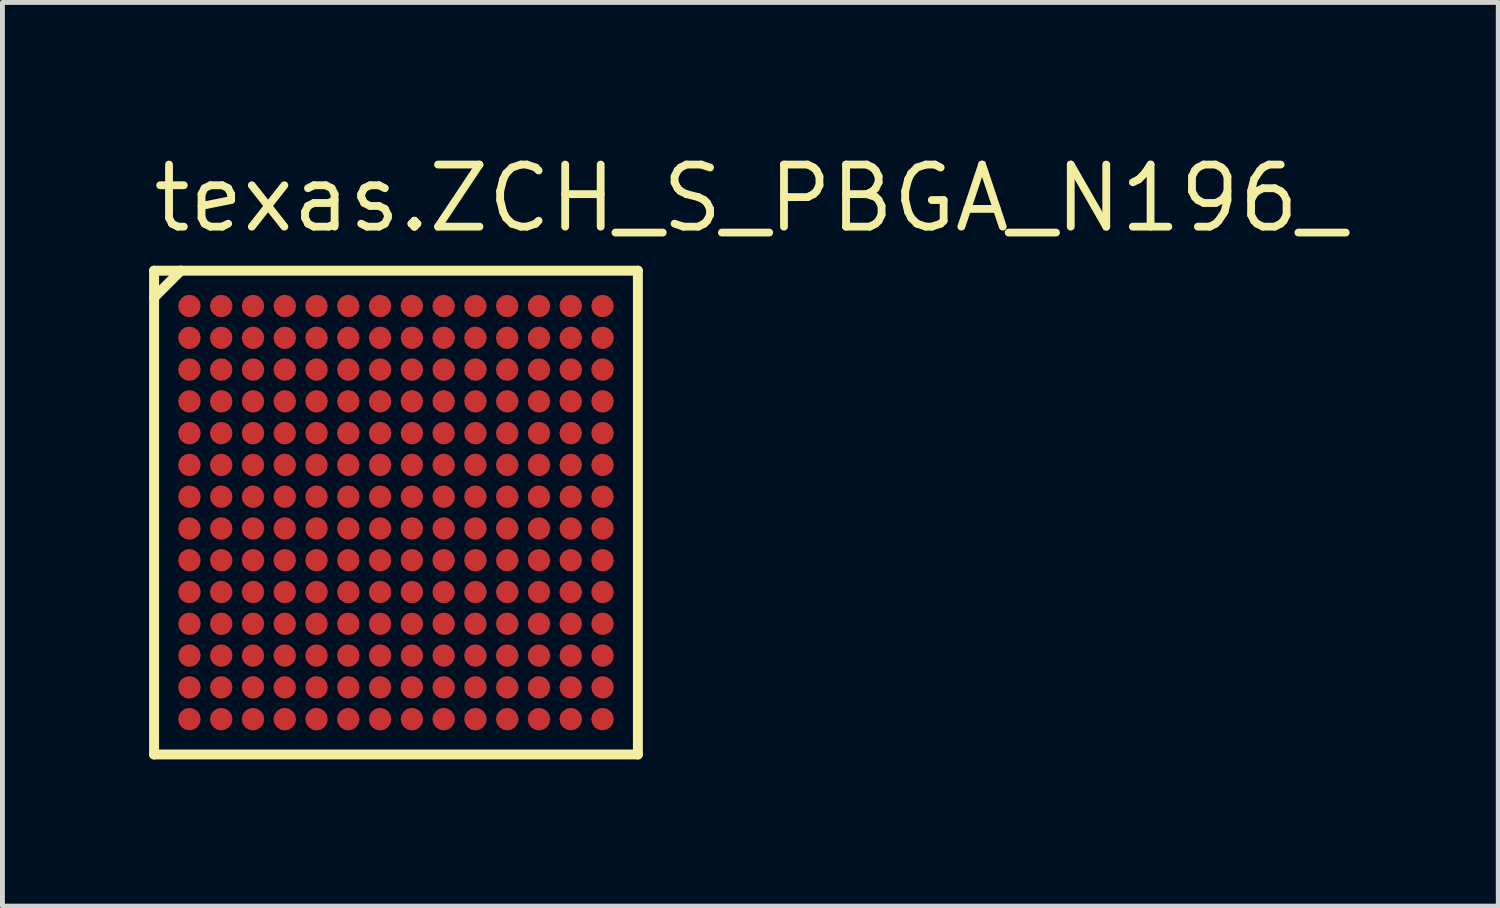
<source format=kicad_pcb>
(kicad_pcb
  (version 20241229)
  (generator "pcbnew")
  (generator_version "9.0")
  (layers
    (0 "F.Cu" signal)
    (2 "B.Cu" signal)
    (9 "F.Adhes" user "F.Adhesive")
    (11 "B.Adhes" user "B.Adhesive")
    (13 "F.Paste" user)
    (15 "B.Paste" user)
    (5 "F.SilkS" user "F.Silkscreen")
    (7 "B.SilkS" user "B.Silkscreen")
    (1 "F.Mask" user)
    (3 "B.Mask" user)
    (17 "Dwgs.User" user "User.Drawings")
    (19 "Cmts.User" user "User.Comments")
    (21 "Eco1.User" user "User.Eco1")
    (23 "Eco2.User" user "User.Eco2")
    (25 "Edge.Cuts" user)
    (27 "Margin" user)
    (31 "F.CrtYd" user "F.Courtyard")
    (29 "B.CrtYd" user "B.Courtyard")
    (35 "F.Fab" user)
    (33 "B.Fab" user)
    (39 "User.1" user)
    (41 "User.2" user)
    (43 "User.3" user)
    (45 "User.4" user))
  (footprint "texas.ZCH_S_PBGA_N196_"
    (layer "F.Cu")
    (at 5.05 7.435)
    (property "Reference" "texas.ZCH_S_PBGA_N196_" (at -5.05 -5.685 0) (layer "F.SilkS") (effects (font (size 1.27 1.27) (thickness 0.16)) (justify left bottom)))
    (attr smd)
    (fp_circle (center -4.225 -4.225) (end -3.995 -4.225) (stroke (width 0.1) (type default)) (fill no) (layer "F.Mask"))
    (fp_circle (center -4.225 -3.575) (end -3.995 -3.575) (stroke (width 0.1) (type default)) (fill no) (layer "F.Mask"))
    (fp_circle (center -4.225 -2.925) (end -3.995 -2.925) (stroke (width 0.1) (type default)) (fill no) (layer "F.Mask"))
    (fp_circle (center -4.225 -2.275) (end -3.995 -2.275) (stroke (width 0.1) (type default)) (fill no) (layer "F.Mask"))
    (fp_circle (center -4.225 -1.625) (end -3.995 -1.625) (stroke (width 0.1) (type default)) (fill no) (layer "F.Mask"))
    (fp_circle (center -4.225 -0.975) (end -3.995 -0.975) (stroke (width 0.1) (type default)) (fill no) (layer "F.Mask"))
    (fp_circle (center -4.225 -0.325) (end -3.995 -0.325) (stroke (width 0.1) (type default)) (fill no) (layer "F.Mask"))
    (fp_circle (center -4.225 0.325) (end -3.995 0.325) (stroke (width 0.1) (type default)) (fill no) (layer "F.Mask"))
    (fp_circle (center -4.225 0.975) (end -3.995 0.975) (stroke (width 0.1) (type default)) (fill no) (layer "F.Mask"))
    (fp_circle (center -4.225 1.625) (end -3.995 1.625) (stroke (width 0.1) (type default)) (fill no) (layer "F.Mask"))
    (fp_circle (center -4.225 2.275) (end -3.995 2.275) (stroke (width 0.1) (type default)) (fill no) (layer "F.Mask"))
    (fp_circle (center -4.225 2.925) (end -3.995 2.925) (stroke (width 0.1) (type default)) (fill no) (layer "F.Mask"))
    (fp_circle (center -4.225 3.575) (end -3.995 3.575) (stroke (width 0.1) (type default)) (fill no) (layer "F.Mask"))
    (fp_circle (center -4.225 4.225) (end -3.995 4.225) (stroke (width 0.1) (type default)) (fill no) (layer "F.Mask"))
    (fp_circle (center -3.575 -4.225) (end -3.345 -4.225) (stroke (width 0.1) (type default)) (fill no) (layer "F.Mask"))
    (fp_circle (center -3.575 -3.575) (end -3.345 -3.575) (stroke (width 0.1) (type default)) (fill no) (layer "F.Mask"))
    (fp_circle (center -3.575 -2.925) (end -3.345 -2.925) (stroke (width 0.1) (type default)) (fill no) (layer "F.Mask"))
    (fp_circle (center -3.575 -2.275) (end -3.345 -2.275) (stroke (width 0.1) (type default)) (fill no) (layer "F.Mask"))
    (fp_circle (center -3.575 -1.625) (end -3.345 -1.625) (stroke (width 0.1) (type default)) (fill no) (layer "F.Mask"))
    (fp_circle (center -3.575 -0.975) (end -3.345 -0.975) (stroke (width 0.1) (type default)) (fill no) (layer "F.Mask"))
    (fp_circle (center -3.575 -0.325) (end -3.345 -0.325) (stroke (width 0.1) (type default)) (fill no) (layer "F.Mask"))
    (fp_circle (center -3.575 0.325) (end -3.345 0.325) (stroke (width 0.1) (type default)) (fill no) (layer "F.Mask"))
    (fp_circle (center -3.575 0.975) (end -3.345 0.975) (stroke (width 0.1) (type default)) (fill no) (layer "F.Mask"))
    (fp_circle (center -3.575 1.625) (end -3.345 1.625) (stroke (width 0.1) (type default)) (fill no) (layer "F.Mask"))
    (fp_circle (center -3.575 2.275) (end -3.345 2.275) (stroke (width 0.1) (type default)) (fill no) (layer "F.Mask"))
    (fp_circle (center -3.575 2.925) (end -3.345 2.925) (stroke (width 0.1) (type default)) (fill no) (layer "F.Mask"))
    (fp_circle (center -3.575 3.575) (end -3.345 3.575) (stroke (width 0.1) (type default)) (fill no) (layer "F.Mask"))
    (fp_circle (center -3.575 4.225) (end -3.345 4.225) (stroke (width 0.1) (type default)) (fill no) (layer "F.Mask"))
    (fp_circle (center -2.925 -4.225) (end -2.695 -4.225) (stroke (width 0.1) (type default)) (fill no) (layer "F.Mask"))
    (fp_circle (center -2.925 -3.575) (end -2.695 -3.575) (stroke (width 0.1) (type default)) (fill no) (layer "F.Mask"))
    (fp_circle (center -2.925 -2.925) (end -2.695 -2.925) (stroke (width 0.1) (type default)) (fill no) (layer "F.Mask"))
    (fp_circle (center -2.925 -2.275) (end -2.695 -2.275) (stroke (width 0.1) (type default)) (fill no) (layer "F.Mask"))
    (fp_circle (center -2.925 -1.625) (end -2.695 -1.625) (stroke (width 0.1) (type default)) (fill no) (layer "F.Mask"))
    (fp_circle (center -2.925 -0.975) (end -2.695 -0.975) (stroke (width 0.1) (type default)) (fill no) (layer "F.Mask"))
    (fp_circle (center -2.925 -0.325) (end -2.695 -0.325) (stroke (width 0.1) (type default)) (fill no) (layer "F.Mask"))
    (fp_circle (center -2.925 0.325) (end -2.695 0.325) (stroke (width 0.1) (type default)) (fill no) (layer "F.Mask"))
    (fp_circle (center -2.925 0.975) (end -2.695 0.975) (stroke (width 0.1) (type default)) (fill no) (layer "F.Mask"))
    (fp_circle (center -2.925 1.625) (end -2.695 1.625) (stroke (width 0.1) (type default)) (fill no) (layer "F.Mask"))
    (fp_circle (center -2.925 2.275) (end -2.695 2.275) (stroke (width 0.1) (type default)) (fill no) (layer "F.Mask"))
    (fp_circle (center -2.925 2.925) (end -2.695 2.925) (stroke (width 0.1) (type default)) (fill no) (layer "F.Mask"))
    (fp_circle (center -2.925 3.575) (end -2.695 3.575) (stroke (width 0.1) (type default)) (fill no) (layer "F.Mask"))
    (fp_circle (center -2.925 4.225) (end -2.695 4.225) (stroke (width 0.1) (type default)) (fill no) (layer "F.Mask"))
    (fp_circle (center -2.275 -4.225) (end -2.045 -4.225) (stroke (width 0.1) (type default)) (fill no) (layer "F.Mask"))
    (fp_circle (center -2.275 -3.575) (end -2.045 -3.575) (stroke (width 0.1) (type default)) (fill no) (layer "F.Mask"))
    (fp_circle (center -2.275 -2.925) (end -2.045 -2.925) (stroke (width 0.1) (type default)) (fill no) (layer "F.Mask"))
    (fp_circle (center -2.275 -2.275) (end -2.045 -2.275) (stroke (width 0.1) (type default)) (fill no) (layer "F.Mask"))
    (fp_circle (center -2.275 -1.625) (end -2.045 -1.625) (stroke (width 0.1) (type default)) (fill no) (layer "F.Mask"))
    (fp_circle (center -2.275 -0.975) (end -2.045 -0.975) (stroke (width 0.1) (type default)) (fill no) (layer "F.Mask"))
    (fp_circle (center -2.275 -0.325) (end -2.045 -0.325) (stroke (width 0.1) (type default)) (fill no) (layer "F.Mask"))
    (fp_circle (center -2.275 0.325) (end -2.045 0.325) (stroke (width 0.1) (type default)) (fill no) (layer "F.Mask"))
    (fp_circle (center -2.275 0.975) (end -2.045 0.975) (stroke (width 0.1) (type default)) (fill no) (layer "F.Mask"))
    (fp_circle (center -2.275 1.625) (end -2.045 1.625) (stroke (width 0.1) (type default)) (fill no) (layer "F.Mask"))
    (fp_circle (center -2.275 2.275) (end -2.045 2.275) (stroke (width 0.1) (type default)) (fill no) (layer "F.Mask"))
    (fp_circle (center -2.275 2.925) (end -2.045 2.925) (stroke (width 0.1) (type default)) (fill no) (layer "F.Mask"))
    (fp_circle (center -2.275 3.575) (end -2.045 3.575) (stroke (width 0.1) (type default)) (fill no) (layer "F.Mask"))
    (fp_circle (center -2.275 4.225) (end -2.045 4.225) (stroke (width 0.1) (type default)) (fill no) (layer "F.Mask"))
    (fp_circle (center -1.625 -4.225) (end -1.395 -4.225) (stroke (width 0.1) (type default)) (fill no) (layer "F.Mask"))
    (fp_circle (center -1.625 -3.575) (end -1.395 -3.575) (stroke (width 0.1) (type default)) (fill no) (layer "F.Mask"))
    (fp_circle (center -1.625 -2.925) (end -1.395 -2.925) (stroke (width 0.1) (type default)) (fill no) (layer "F.Mask"))
    (fp_circle (center -1.625 -2.275) (end -1.395 -2.275) (stroke (width 0.1) (type default)) (fill no) (layer "F.Mask"))
    (fp_circle (center -1.625 -1.625) (end -1.395 -1.625) (stroke (width 0.1) (type default)) (fill no) (layer "F.Mask"))
    (fp_circle (center -1.625 -0.975) (end -1.395 -0.975) (stroke (width 0.1) (type default)) (fill no) (layer "F.Mask"))
    (fp_circle (center -1.625 -0.325) (end -1.395 -0.325) (stroke (width 0.1) (type default)) (fill no) (layer "F.Mask"))
    (fp_circle (center -1.625 0.325) (end -1.395 0.325) (stroke (width 0.1) (type default)) (fill no) (layer "F.Mask"))
    (fp_circle (center -1.625 0.975) (end -1.395 0.975) (stroke (width 0.1) (type default)) (fill no) (layer "F.Mask"))
    (fp_circle (center -1.625 1.625) (end -1.395 1.625) (stroke (width 0.1) (type default)) (fill no) (layer "F.Mask"))
    (fp_circle (center -1.625 2.275) (end -1.395 2.275) (stroke (width 0.1) (type default)) (fill no) (layer "F.Mask"))
    (fp_circle (center -1.625 2.925) (end -1.395 2.925) (stroke (width 0.1) (type default)) (fill no) (layer "F.Mask"))
    (fp_circle (center -1.625 3.575) (end -1.395 3.575) (stroke (width 0.1) (type default)) (fill no) (layer "F.Mask"))
    (fp_circle (center -1.625 4.225) (end -1.395 4.225) (stroke (width 0.1) (type default)) (fill no) (layer "F.Mask"))
    (fp_circle (center -0.975 -4.225) (end -0.745 -4.225) (stroke (width 0.1) (type default)) (fill no) (layer "F.Mask"))
    (fp_circle (center -0.975 -3.575) (end -0.745 -3.575) (stroke (width 0.1) (type default)) (fill no) (layer "F.Mask"))
    (fp_circle (center -0.975 -2.925) (end -0.745 -2.925) (stroke (width 0.1) (type default)) (fill no) (layer "F.Mask"))
    (fp_circle (center -0.975 -2.275) (end -0.745 -2.275) (stroke (width 0.1) (type default)) (fill no) (layer "F.Mask"))
    (fp_circle (center -0.975 -1.625) (end -0.745 -1.625) (stroke (width 0.1) (type default)) (fill no) (layer "F.Mask"))
    (fp_circle (center -0.975 -0.975) (end -0.745 -0.975) (stroke (width 0.1) (type default)) (fill no) (layer "F.Mask"))
    (fp_circle (center -0.975 -0.325) (end -0.745 -0.325) (stroke (width 0.1) (type default)) (fill no) (layer "F.Mask"))
    (fp_circle (center -0.975 0.325) (end -0.745 0.325) (stroke (width 0.1) (type default)) (fill no) (layer "F.Mask"))
    (fp_circle (center -0.975 0.975) (end -0.745 0.975) (stroke (width 0.1) (type default)) (fill no) (layer "F.Mask"))
    (fp_circle (center -0.975 1.625) (end -0.745 1.625) (stroke (width 0.1) (type default)) (fill no) (layer "F.Mask"))
    (fp_circle (center -0.975 2.275) (end -0.745 2.275) (stroke (width 0.1) (type default)) (fill no) (layer "F.Mask"))
    (fp_circle (center -0.975 2.925) (end -0.745 2.925) (stroke (width 0.1) (type default)) (fill no) (layer "F.Mask"))
    (fp_circle (center -0.975 3.575) (end -0.745 3.575) (stroke (width 0.1) (type default)) (fill no) (layer "F.Mask"))
    (fp_circle (center -0.975 4.225) (end -0.745 4.225) (stroke (width 0.1) (type default)) (fill no) (layer "F.Mask"))
    (fp_circle (center -0.325 -4.225) (end -0.095 -4.225) (stroke (width 0.1) (type default)) (fill no) (layer "F.Mask"))
    (fp_circle (center -0.325 -3.575) (end -0.095 -3.575) (stroke (width 0.1) (type default)) (fill no) (layer "F.Mask"))
    (fp_circle (center -0.325 -2.925) (end -0.095 -2.925) (stroke (width 0.1) (type default)) (fill no) (layer "F.Mask"))
    (fp_circle (center -0.325 -2.275) (end -0.095 -2.275) (stroke (width 0.1) (type default)) (fill no) (layer "F.Mask"))
    (fp_circle (center -0.325 -1.625) (end -0.095 -1.625) (stroke (width 0.1) (type default)) (fill no) (layer "F.Mask"))
    (fp_circle (center -0.325 -0.975) (end -0.095 -0.975) (stroke (width 0.1) (type default)) (fill no) (layer "F.Mask"))
    (fp_circle (center -0.325 -0.325) (end -0.095 -0.325) (stroke (width 0.1) (type default)) (fill no) (layer "F.Mask"))
    (fp_circle (center -0.325 0.325) (end -0.095 0.325) (stroke (width 0.1) (type default)) (fill no) (layer "F.Mask"))
    (fp_circle (center -0.325 0.975) (end -0.095 0.975) (stroke (width 0.1) (type default)) (fill no) (layer "F.Mask"))
    (fp_circle (center -0.325 1.625) (end -0.095 1.625) (stroke (width 0.1) (type default)) (fill no) (layer "F.Mask"))
    (fp_circle (center -0.325 2.275) (end -0.095 2.275) (stroke (width 0.1) (type default)) (fill no) (layer "F.Mask"))
    (fp_circle (center -0.325 2.925) (end -0.095 2.925) (stroke (width 0.1) (type default)) (fill no) (layer "F.Mask"))
    (fp_circle (center -0.325 3.575) (end -0.095 3.575) (stroke (width 0.1) (type default)) (fill no) (layer "F.Mask"))
    (fp_circle (center -0.325 4.225) (end -0.095 4.225) (stroke (width 0.1) (type default)) (fill no) (layer "F.Mask"))
    (fp_circle (center 0.325 -4.225) (end 0.555 -4.225) (stroke (width 0.1) (type default)) (fill no) (layer "F.Mask"))
    (fp_circle (center 0.325 -3.575) (end 0.555 -3.575) (stroke (width 0.1) (type default)) (fill no) (layer "F.Mask"))
    (fp_circle (center 0.325 -2.925) (end 0.555 -2.925) (stroke (width 0.1) (type default)) (fill no) (layer "F.Mask"))
    (fp_circle (center 0.325 -2.275) (end 0.555 -2.275) (stroke (width 0.1) (type default)) (fill no) (layer "F.Mask"))
    (fp_circle (center 0.325 -1.625) (end 0.555 -1.625) (stroke (width 0.1) (type default)) (fill no) (layer "F.Mask"))
    (fp_circle (center 0.325 -0.975) (end 0.555 -0.975) (stroke (width 0.1) (type default)) (fill no) (layer "F.Mask"))
    (fp_circle (center 0.325 -0.325) (end 0.555 -0.325) (stroke (width 0.1) (type default)) (fill no) (layer "F.Mask"))
    (fp_circle (center 0.325 0.325) (end 0.555 0.325) (stroke (width 0.1) (type default)) (fill no) (layer "F.Mask"))
    (fp_circle (center 0.325 0.975) (end 0.555 0.975) (stroke (width 0.1) (type default)) (fill no) (layer "F.Mask"))
    (fp_circle (center 0.325 1.625) (end 0.555 1.625) (stroke (width 0.1) (type default)) (fill no) (layer "F.Mask"))
    (fp_circle (center 0.325 2.275) (end 0.555 2.275) (stroke (width 0.1) (type default)) (fill no) (layer "F.Mask"))
    (fp_circle (center 0.325 2.925) (end 0.555 2.925) (stroke (width 0.1) (type default)) (fill no) (layer "F.Mask"))
    (fp_circle (center 0.325 3.575) (end 0.555 3.575) (stroke (width 0.1) (type default)) (fill no) (layer "F.Mask"))
    (fp_circle (center 0.325 4.225) (end 0.555 4.225) (stroke (width 0.1) (type default)) (fill no) (layer "F.Mask"))
    (fp_circle (center 0.975 -4.225) (end 1.205 -4.225) (stroke (width 0.1) (type default)) (fill no) (layer "F.Mask"))
    (fp_circle (center 0.975 -3.575) (end 1.205 -3.575) (stroke (width 0.1) (type default)) (fill no) (layer "F.Mask"))
    (fp_circle (center 0.975 -2.925) (end 1.205 -2.925) (stroke (width 0.1) (type default)) (fill no) (layer "F.Mask"))
    (fp_circle (center 0.975 -2.275) (end 1.205 -2.275) (stroke (width 0.1) (type default)) (fill no) (layer "F.Mask"))
    (fp_circle (center 0.975 -1.625) (end 1.205 -1.625) (stroke (width 0.1) (type default)) (fill no) (layer "F.Mask"))
    (fp_circle (center 0.975 -0.975) (end 1.205 -0.975) (stroke (width 0.1) (type default)) (fill no) (layer "F.Mask"))
    (fp_circle (center 0.975 -0.325) (end 1.205 -0.325) (stroke (width 0.1) (type default)) (fill no) (layer "F.Mask"))
    (fp_circle (center 0.975 0.325) (end 1.205 0.325) (stroke (width 0.1) (type default)) (fill no) (layer "F.Mask"))
    (fp_circle (center 0.975 0.975) (end 1.205 0.975) (stroke (width 0.1) (type default)) (fill no) (layer "F.Mask"))
    (fp_circle (center 0.975 1.625) (end 1.205 1.625) (stroke (width 0.1) (type default)) (fill no) (layer "F.Mask"))
    (fp_circle (center 0.975 2.275) (end 1.205 2.275) (stroke (width 0.1) (type default)) (fill no) (layer "F.Mask"))
    (fp_circle (center 0.975 2.925) (end 1.205 2.925) (stroke (width 0.1) (type default)) (fill no) (layer "F.Mask"))
    (fp_circle (center 0.975 3.575) (end 1.205 3.575) (stroke (width 0.1) (type default)) (fill no) (layer "F.Mask"))
    (fp_circle (center 0.975 4.225) (end 1.205 4.225) (stroke (width 0.1) (type default)) (fill no) (layer "F.Mask"))
    (fp_circle (center 1.625 -4.225) (end 1.855 -4.225) (stroke (width 0.1) (type default)) (fill no) (layer "F.Mask"))
    (fp_circle (center 1.625 -3.575) (end 1.855 -3.575) (stroke (width 0.1) (type default)) (fill no) (layer "F.Mask"))
    (fp_circle (center 1.625 -2.925) (end 1.855 -2.925) (stroke (width 0.1) (type default)) (fill no) (layer "F.Mask"))
    (fp_circle (center 1.625 -2.275) (end 1.855 -2.275) (stroke (width 0.1) (type default)) (fill no) (layer "F.Mask"))
    (fp_circle (center 1.625 -1.625) (end 1.855 -1.625) (stroke (width 0.1) (type default)) (fill no) (layer "F.Mask"))
    (fp_circle (center 1.625 -0.975) (end 1.855 -0.975) (stroke (width 0.1) (type default)) (fill no) (layer "F.Mask"))
    (fp_circle (center 1.625 -0.325) (end 1.855 -0.325) (stroke (width 0.1) (type default)) (fill no) (layer "F.Mask"))
    (fp_circle (center 1.625 0.325) (end 1.855 0.325) (stroke (width 0.1) (type default)) (fill no) (layer "F.Mask"))
    (fp_circle (center 1.625 0.975) (end 1.855 0.975) (stroke (width 0.1) (type default)) (fill no) (layer "F.Mask"))
    (fp_circle (center 1.625 1.625) (end 1.855 1.625) (stroke (width 0.1) (type default)) (fill no) (layer "F.Mask"))
    (fp_circle (center 1.625 2.275) (end 1.855 2.275) (stroke (width 0.1) (type default)) (fill no) (layer "F.Mask"))
    (fp_circle (center 1.625 2.925) (end 1.855 2.925) (stroke (width 0.1) (type default)) (fill no) (layer "F.Mask"))
    (fp_circle (center 1.625 3.575) (end 1.855 3.575) (stroke (width 0.1) (type default)) (fill no) (layer "F.Mask"))
    (fp_circle (center 1.625 4.225) (end 1.855 4.225) (stroke (width 0.1) (type default)) (fill no) (layer "F.Mask"))
    (fp_circle (center 2.275 -4.225) (end 2.505 -4.225) (stroke (width 0.1) (type default)) (fill no) (layer "F.Mask"))
    (fp_circle (center 2.275 -3.575) (end 2.505 -3.575) (stroke (width 0.1) (type default)) (fill no) (layer "F.Mask"))
    (fp_circle (center 2.275 -2.925) (end 2.505 -2.925) (stroke (width 0.1) (type default)) (fill no) (layer "F.Mask"))
    (fp_circle (center 2.275 -2.275) (end 2.505 -2.275) (stroke (width 0.1) (type default)) (fill no) (layer "F.Mask"))
    (fp_circle (center 2.275 -1.625) (end 2.505 -1.625) (stroke (width 0.1) (type default)) (fill no) (layer "F.Mask"))
    (fp_circle (center 2.275 -0.975) (end 2.505 -0.975) (stroke (width 0.1) (type default)) (fill no) (layer "F.Mask"))
    (fp_circle (center 2.275 -0.325) (end 2.505 -0.325) (stroke (width 0.1) (type default)) (fill no) (layer "F.Mask"))
    (fp_circle (center 2.275 0.325) (end 2.505 0.325) (stroke (width 0.1) (type default)) (fill no) (layer "F.Mask"))
    (fp_circle (center 2.275 0.975) (end 2.505 0.975) (stroke (width 0.1) (type default)) (fill no) (layer "F.Mask"))
    (fp_circle (center 2.275 1.625) (end 2.505 1.625) (stroke (width 0.1) (type default)) (fill no) (layer "F.Mask"))
    (fp_circle (center 2.275 2.275) (end 2.505 2.275) (stroke (width 0.1) (type default)) (fill no) (layer "F.Mask"))
    (fp_circle (center 2.275 2.925) (end 2.505 2.925) (stroke (width 0.1) (type default)) (fill no) (layer "F.Mask"))
    (fp_circle (center 2.275 3.575) (end 2.505 3.575) (stroke (width 0.1) (type default)) (fill no) (layer "F.Mask"))
    (fp_circle (center 2.275 4.225) (end 2.505 4.225) (stroke (width 0.1) (type default)) (fill no) (layer "F.Mask"))
    (fp_circle (center 2.925 -4.225) (end 3.155 -4.225) (stroke (width 0.1) (type default)) (fill no) (layer "F.Mask"))
    (fp_circle (center 2.925 -3.575) (end 3.155 -3.575) (stroke (width 0.1) (type default)) (fill no) (layer "F.Mask"))
    (fp_circle (center 2.925 -2.925) (end 3.155 -2.925) (stroke (width 0.1) (type default)) (fill no) (layer "F.Mask"))
    (fp_circle (center 2.925 -2.275) (end 3.155 -2.275) (stroke (width 0.1) (type default)) (fill no) (layer "F.Mask"))
    (fp_circle (center 2.925 -1.625) (end 3.155 -1.625) (stroke (width 0.1) (type default)) (fill no) (layer "F.Mask"))
    (fp_circle (center 2.925 -0.975) (end 3.155 -0.975) (stroke (width 0.1) (type default)) (fill no) (layer "F.Mask"))
    (fp_circle (center 2.925 -0.325) (end 3.155 -0.325) (stroke (width 0.1) (type default)) (fill no) (layer "F.Mask"))
    (fp_circle (center 2.925 0.325) (end 3.155 0.325) (stroke (width 0.1) (type default)) (fill no) (layer "F.Mask"))
    (fp_circle (center 2.925 0.975) (end 3.155 0.975) (stroke (width 0.1) (type default)) (fill no) (layer "F.Mask"))
    (fp_circle (center 2.925 1.625) (end 3.155 1.625) (stroke (width 0.1) (type default)) (fill no) (layer "F.Mask"))
    (fp_circle (center 2.925 2.275) (end 3.155 2.275) (stroke (width 0.1) (type default)) (fill no) (layer "F.Mask"))
    (fp_circle (center 2.925 2.925) (end 3.155 2.925) (stroke (width 0.1) (type default)) (fill no) (layer "F.Mask"))
    (fp_circle (center 2.925 3.575) (end 3.155 3.575) (stroke (width 0.1) (type default)) (fill no) (layer "F.Mask"))
    (fp_circle (center 2.925 4.225) (end 3.155 4.225) (stroke (width 0.1) (type default)) (fill no) (layer "F.Mask"))
    (fp_circle (center 3.575 -4.225) (end 3.805 -4.225) (stroke (width 0.1) (type default)) (fill no) (layer "F.Mask"))
    (fp_circle (center 3.575 -3.575) (end 3.805 -3.575) (stroke (width 0.1) (type default)) (fill no) (layer "F.Mask"))
    (fp_circle (center 3.575 -2.925) (end 3.805 -2.925) (stroke (width 0.1) (type default)) (fill no) (layer "F.Mask"))
    (fp_circle (center 3.575 -2.275) (end 3.805 -2.275) (stroke (width 0.1) (type default)) (fill no) (layer "F.Mask"))
    (fp_circle (center 3.575 -1.625) (end 3.805 -1.625) (stroke (width 0.1) (type default)) (fill no) (layer "F.Mask"))
    (fp_circle (center 3.575 -0.975) (end 3.805 -0.975) (stroke (width 0.1) (type default)) (fill no) (layer "F.Mask"))
    (fp_circle (center 3.575 -0.325) (end 3.805 -0.325) (stroke (width 0.1) (type default)) (fill no) (layer "F.Mask"))
    (fp_circle (center 3.575 0.325) (end 3.805 0.325) (stroke (width 0.1) (type default)) (fill no) (layer "F.Mask"))
    (fp_circle (center 3.575 0.975) (end 3.805 0.975) (stroke (width 0.1) (type default)) (fill no) (layer "F.Mask"))
    (fp_circle (center 3.575 1.625) (end 3.805 1.625) (stroke (width 0.1) (type default)) (fill no) (layer "F.Mask"))
    (fp_circle (center 3.575 2.275) (end 3.805 2.275) (stroke (width 0.1) (type default)) (fill no) (layer "F.Mask"))
    (fp_circle (center 3.575 2.925) (end 3.805 2.925) (stroke (width 0.1) (type default)) (fill no) (layer "F.Mask"))
    (fp_circle (center 3.575 3.575) (end 3.805 3.575) (stroke (width 0.1) (type default)) (fill no) (layer "F.Mask"))
    (fp_circle (center 3.575 4.225) (end 3.805 4.225) (stroke (width 0.1) (type default)) (fill no) (layer "F.Mask"))
    (fp_circle (center 4.225 -4.225) (end 4.455 -4.225) (stroke (width 0.1) (type default)) (fill no) (layer "F.Mask"))
    (fp_circle (center 4.225 -3.575) (end 4.455 -3.575) (stroke (width 0.1) (type default)) (fill no) (layer "F.Mask"))
    (fp_circle (center 4.225 -2.925) (end 4.455 -2.925) (stroke (width 0.1) (type default)) (fill no) (layer "F.Mask"))
    (fp_circle (center 4.225 -2.275) (end 4.455 -2.275) (stroke (width 0.1) (type default)) (fill no) (layer "F.Mask"))
    (fp_circle (center 4.225 -1.625) (end 4.455 -1.625) (stroke (width 0.1) (type default)) (fill no) (layer "F.Mask"))
    (fp_circle (center 4.225 -0.975) (end 4.455 -0.975) (stroke (width 0.1) (type default)) (fill no) (layer "F.Mask"))
    (fp_circle (center 4.225 -0.325) (end 4.455 -0.325) (stroke (width 0.1) (type default)) (fill no) (layer "F.Mask"))
    (fp_circle (center 4.225 0.325) (end 4.455 0.325) (stroke (width 0.1) (type default)) (fill no) (layer "F.Mask"))
    (fp_circle (center 4.225 0.975) (end 4.455 0.975) (stroke (width 0.1) (type default)) (fill no) (layer "F.Mask"))
    (fp_circle (center 4.225 1.625) (end 4.455 1.625) (stroke (width 0.1) (type default)) (fill no) (layer "F.Mask"))
    (fp_circle (center 4.225 2.275) (end 4.455 2.275) (stroke (width 0.1) (type default)) (fill no) (layer "F.Mask"))
    (fp_circle (center 4.225 2.925) (end 4.455 2.925) (stroke (width 0.1) (type default)) (fill no) (layer "F.Mask"))
    (fp_circle (center 4.225 3.575) (end 4.455 3.575) (stroke (width 0.1) (type default)) (fill no) (layer "F.Mask"))
    (fp_circle (center 4.225 4.225) (end 4.455 4.225) (stroke (width 0.1) (type default)) (fill no) (layer "F.Mask"))
    (fp_line (start -4.948 -4.948) (end -4.948 -4.4) (stroke (width 0.203) (type default)) (layer "F.SilkS"))
    (fp_line (start -4.948 -4.4) (end -4.948 4.948) (stroke (width 0.203) (type default)) (layer "F.SilkS"))
    (fp_line (start -4.948 -4.4) (end -4.4 -4.948) (stroke (width 0.203) (type default)) (layer "F.SilkS"))
    (fp_line (start -4.948 4.948) (end 4.948 4.948) (stroke (width 0.203) (type default)) (layer "F.SilkS"))
    (fp_line (start -4.4 -4.948) (end -4.948 -4.948) (stroke (width 0.203) (type default)) (layer "F.SilkS"))
    (fp_line (start 4.948 -4.948) (end -4.4 -4.948) (stroke (width 0.203) (type default)) (layer "F.SilkS"))
    (fp_line (start 4.948 4.948) (end 4.948 -4.948) (stroke (width 0.203) (type default)) (layer "F.SilkS"))
    (pad "A1" smd roundrect (at -4.225 -4.225) (size 0.46 0.46) (layers "F.Cu" "F.Mask" "F.Paste") (roundrect_rratio 0.5))
    (pad "A2" smd roundrect (at -3.575 -4.225) (size 0.46 0.46) (layers "F.Cu" "F.Mask" "F.Paste") (roundrect_rratio 0.5))
    (pad "A3" smd roundrect (at -2.925 -4.225) (size 0.46 0.46) (layers "F.Cu" "F.Mask" "F.Paste") (roundrect_rratio 0.5))
    (pad "A4" smd roundrect (at -2.275 -4.225) (size 0.46 0.46) (layers "F.Cu" "F.Mask" "F.Paste") (roundrect_rratio 0.5))
    (pad "A5" smd roundrect (at -1.625 -4.225) (size 0.46 0.46) (layers "F.Cu" "F.Mask" "F.Paste") (roundrect_rratio 0.5))
    (pad "A6" smd roundrect (at -0.975 -4.225) (size 0.46 0.46) (layers "F.Cu" "F.Mask" "F.Paste") (roundrect_rratio 0.5))
    (pad "A7" smd roundrect (at -0.325 -4.225) (size 0.46 0.46) (layers "F.Cu" "F.Mask" "F.Paste") (roundrect_rratio 0.5))
    (pad "A8" smd roundrect (at 0.325 -4.225) (size 0.46 0.46) (layers "F.Cu" "F.Mask" "F.Paste") (roundrect_rratio 0.5))
    (pad "A9" smd roundrect (at 0.975 -4.225) (size 0.46 0.46) (layers "F.Cu" "F.Mask" "F.Paste") (roundrect_rratio 0.5))
    (pad "A10" smd roundrect (at 1.625 -4.225) (size 0.46 0.46) (layers "F.Cu" "F.Mask" "F.Paste") (roundrect_rratio 0.5))
    (pad "A11" smd roundrect (at 2.275 -4.225) (size 0.46 0.46) (layers "F.Cu" "F.Mask" "F.Paste") (roundrect_rratio 0.5))
    (pad "A12" smd roundrect (at 2.925 -4.225) (size 0.46 0.46) (layers "F.Cu" "F.Mask" "F.Paste") (roundrect_rratio 0.5))
    (pad "A13" smd roundrect (at 3.575 -4.225) (size 0.46 0.46) (layers "F.Cu" "F.Mask" "F.Paste") (roundrect_rratio 0.5))
    (pad "A14" smd roundrect (at 4.225 -4.225) (size 0.46 0.46) (layers "F.Cu" "F.Mask" "F.Paste") (roundrect_rratio 0.5))
    (pad "B1" smd roundrect (at -4.225 -3.575) (size 0.46 0.46) (layers "F.Cu" "F.Mask" "F.Paste") (roundrect_rratio 0.5))
    (pad "B2" smd roundrect (at -3.575 -3.575) (size 0.46 0.46) (layers "F.Cu" "F.Mask" "F.Paste") (roundrect_rratio 0.5))
    (pad "B3" smd roundrect (at -2.925 -3.575) (size 0.46 0.46) (layers "F.Cu" "F.Mask" "F.Paste") (roundrect_rratio 0.5))
    (pad "B4" smd roundrect (at -2.275 -3.575) (size 0.46 0.46) (layers "F.Cu" "F.Mask" "F.Paste") (roundrect_rratio 0.5))
    (pad "B5" smd roundrect (at -1.625 -3.575) (size 0.46 0.46) (layers "F.Cu" "F.Mask" "F.Paste") (roundrect_rratio 0.5))
    (pad "B6" smd roundrect (at -0.975 -3.575) (size 0.46 0.46) (layers "F.Cu" "F.Mask" "F.Paste") (roundrect_rratio 0.5))
    (pad "B7" smd roundrect (at -0.325 -3.575) (size 0.46 0.46) (layers "F.Cu" "F.Mask" "F.Paste") (roundrect_rratio 0.5))
    (pad "B8" smd roundrect (at 0.325 -3.575) (size 0.46 0.46) (layers "F.Cu" "F.Mask" "F.Paste") (roundrect_rratio 0.5))
    (pad "B9" smd roundrect (at 0.975 -3.575) (size 0.46 0.46) (layers "F.Cu" "F.Mask" "F.Paste") (roundrect_rratio 0.5))
    (pad "B10" smd roundrect (at 1.625 -3.575) (size 0.46 0.46) (layers "F.Cu" "F.Mask" "F.Paste") (roundrect_rratio 0.5))
    (pad "B11" smd roundrect (at 2.275 -3.575) (size 0.46 0.46) (layers "F.Cu" "F.Mask" "F.Paste") (roundrect_rratio 0.5))
    (pad "B12" smd roundrect (at 2.925 -3.575) (size 0.46 0.46) (layers "F.Cu" "F.Mask" "F.Paste") (roundrect_rratio 0.5))
    (pad "B13" smd roundrect (at 3.575 -3.575) (size 0.46 0.46) (layers "F.Cu" "F.Mask" "F.Paste") (roundrect_rratio 0.5))
    (pad "B14" smd roundrect (at 4.225 -3.575) (size 0.46 0.46) (layers "F.Cu" "F.Mask" "F.Paste") (roundrect_rratio 0.5))
    (pad "C1" smd roundrect (at -4.225 -2.925) (size 0.46 0.46) (layers "F.Cu" "F.Mask" "F.Paste") (roundrect_rratio 0.5))
    (pad "C2" smd roundrect (at -3.575 -2.925) (size 0.46 0.46) (layers "F.Cu" "F.Mask" "F.Paste") (roundrect_rratio 0.5))
    (pad "C3" smd roundrect (at -2.925 -2.925) (size 0.46 0.46) (layers "F.Cu" "F.Mask" "F.Paste") (roundrect_rratio 0.5))
    (pad "C4" smd roundrect (at -2.275 -2.925) (size 0.46 0.46) (layers "F.Cu" "F.Mask" "F.Paste") (roundrect_rratio 0.5))
    (pad "C5" smd roundrect (at -1.625 -2.925) (size 0.46 0.46) (layers "F.Cu" "F.Mask" "F.Paste") (roundrect_rratio 0.5))
    (pad "C6" smd roundrect (at -0.975 -2.925) (size 0.46 0.46) (layers "F.Cu" "F.Mask" "F.Paste") (roundrect_rratio 0.5))
    (pad "C7" smd roundrect (at -0.325 -2.925) (size 0.46 0.46) (layers "F.Cu" "F.Mask" "F.Paste") (roundrect_rratio 0.5))
    (pad "C8" smd roundrect (at 0.325 -2.925) (size 0.46 0.46) (layers "F.Cu" "F.Mask" "F.Paste") (roundrect_rratio 0.5))
    (pad "C9" smd roundrect (at 0.975 -2.925) (size 0.46 0.46) (layers "F.Cu" "F.Mask" "F.Paste") (roundrect_rratio 0.5))
    (pad "C10" smd roundrect (at 1.625 -2.925) (size 0.46 0.46) (layers "F.Cu" "F.Mask" "F.Paste") (roundrect_rratio 0.5))
    (pad "C11" smd roundrect (at 2.275 -2.925) (size 0.46 0.46) (layers "F.Cu" "F.Mask" "F.Paste") (roundrect_rratio 0.5))
    (pad "C12" smd roundrect (at 2.925 -2.925) (size 0.46 0.46) (layers "F.Cu" "F.Mask" "F.Paste") (roundrect_rratio 0.5))
    (pad "C13" smd roundrect (at 3.575 -2.925) (size 0.46 0.46) (layers "F.Cu" "F.Mask" "F.Paste") (roundrect_rratio 0.5))
    (pad "C14" smd roundrect (at 4.225 -2.925) (size 0.46 0.46) (layers "F.Cu" "F.Mask" "F.Paste") (roundrect_rratio 0.5))
    (pad "D1" smd roundrect (at -4.225 -2.275) (size 0.46 0.46) (layers "F.Cu" "F.Mask" "F.Paste") (roundrect_rratio 0.5))
    (pad "D2" smd roundrect (at -3.575 -2.275) (size 0.46 0.46) (layers "F.Cu" "F.Mask" "F.Paste") (roundrect_rratio 0.5))
    (pad "D3" smd roundrect (at -2.925 -2.275) (size 0.46 0.46) (layers "F.Cu" "F.Mask" "F.Paste") (roundrect_rratio 0.5))
    (pad "D4" smd roundrect (at -2.275 -2.275) (size 0.46 0.46) (layers "F.Cu" "F.Mask" "F.Paste") (roundrect_rratio 0.5))
    (pad "D5" smd roundrect (at -1.625 -2.275) (size 0.46 0.46) (layers "F.Cu" "F.Mask" "F.Paste") (roundrect_rratio 0.5))
    (pad "D6" smd roundrect (at -0.975 -2.275) (size 0.46 0.46) (layers "F.Cu" "F.Mask" "F.Paste") (roundrect_rratio 0.5))
    (pad "D7" smd roundrect (at -0.325 -2.275) (size 0.46 0.46) (layers "F.Cu" "F.Mask" "F.Paste") (roundrect_rratio 0.5))
    (pad "D8" smd roundrect (at 0.325 -2.275) (size 0.46 0.46) (layers "F.Cu" "F.Mask" "F.Paste") (roundrect_rratio 0.5))
    (pad "D9" smd roundrect (at 0.975 -2.275) (size 0.46 0.46) (layers "F.Cu" "F.Mask" "F.Paste") (roundrect_rratio 0.5))
    (pad "D10" smd roundrect (at 1.625 -2.275) (size 0.46 0.46) (layers "F.Cu" "F.Mask" "F.Paste") (roundrect_rratio 0.5))
    (pad "D11" smd roundrect (at 2.275 -2.275) (size 0.46 0.46) (layers "F.Cu" "F.Mask" "F.Paste") (roundrect_rratio 0.5))
    (pad "D12" smd roundrect (at 2.925 -2.275) (size 0.46 0.46) (layers "F.Cu" "F.Mask" "F.Paste") (roundrect_rratio 0.5))
    (pad "D13" smd roundrect (at 3.575 -2.275) (size 0.46 0.46) (layers "F.Cu" "F.Mask" "F.Paste") (roundrect_rratio 0.5))
    (pad "D14" smd roundrect (at 4.225 -2.275) (size 0.46 0.46) (layers "F.Cu" "F.Mask" "F.Paste") (roundrect_rratio 0.5))
    (pad "E1" smd roundrect (at -4.225 -1.625) (size 0.46 0.46) (layers "F.Cu" "F.Mask" "F.Paste") (roundrect_rratio 0.5))
    (pad "E2" smd roundrect (at -3.575 -1.625) (size 0.46 0.46) (layers "F.Cu" "F.Mask" "F.Paste") (roundrect_rratio 0.5))
    (pad "E3" smd roundrect (at -2.925 -1.625) (size 0.46 0.46) (layers "F.Cu" "F.Mask" "F.Paste") (roundrect_rratio 0.5))
    (pad "E4" smd roundrect (at -2.275 -1.625) (size 0.46 0.46) (layers "F.Cu" "F.Mask" "F.Paste") (roundrect_rratio 0.5))
    (pad "E5" smd roundrect (at -1.625 -1.625) (size 0.46 0.46) (layers "F.Cu" "F.Mask" "F.Paste") (roundrect_rratio 0.5))
    (pad "E6" smd roundrect (at -0.975 -1.625) (size 0.46 0.46) (layers "F.Cu" "F.Mask" "F.Paste") (roundrect_rratio 0.5))
    (pad "E7" smd roundrect (at -0.325 -1.625) (size 0.46 0.46) (layers "F.Cu" "F.Mask" "F.Paste") (roundrect_rratio 0.5))
    (pad "E8" smd roundrect (at 0.325 -1.625) (size 0.46 0.46) (layers "F.Cu" "F.Mask" "F.Paste") (roundrect_rratio 0.5))
    (pad "E9" smd roundrect (at 0.975 -1.625) (size 0.46 0.46) (layers "F.Cu" "F.Mask" "F.Paste") (roundrect_rratio 0.5))
    (pad "E10" smd roundrect (at 1.625 -1.625) (size 0.46 0.46) (layers "F.Cu" "F.Mask" "F.Paste") (roundrect_rratio 0.5))
    (pad "E11" smd roundrect (at 2.275 -1.625) (size 0.46 0.46) (layers "F.Cu" "F.Mask" "F.Paste") (roundrect_rratio 0.5))
    (pad "E12" smd roundrect (at 2.925 -1.625) (size 0.46 0.46) (layers "F.Cu" "F.Mask" "F.Paste") (roundrect_rratio 0.5))
    (pad "E13" smd roundrect (at 3.575 -1.625) (size 0.46 0.46) (layers "F.Cu" "F.Mask" "F.Paste") (roundrect_rratio 0.5))
    (pad "E14" smd roundrect (at 4.225 -1.625) (size 0.46 0.46) (layers "F.Cu" "F.Mask" "F.Paste") (roundrect_rratio 0.5))
    (pad "F1" smd roundrect (at -4.225 -0.975) (size 0.46 0.46) (layers "F.Cu" "F.Mask" "F.Paste") (roundrect_rratio 0.5))
    (pad "F2" smd roundrect (at -3.575 -0.975) (size 0.46 0.46) (layers "F.Cu" "F.Mask" "F.Paste") (roundrect_rratio 0.5))
    (pad "F3" smd roundrect (at -2.925 -0.975) (size 0.46 0.46) (layers "F.Cu" "F.Mask" "F.Paste") (roundrect_rratio 0.5))
    (pad "F4" smd roundrect (at -2.275 -0.975) (size 0.46 0.46) (layers "F.Cu" "F.Mask" "F.Paste") (roundrect_rratio 0.5))
    (pad "F5" smd roundrect (at -1.625 -0.975) (size 0.46 0.46) (layers "F.Cu" "F.Mask" "F.Paste") (roundrect_rratio 0.5))
    (pad "F6" smd roundrect (at -0.975 -0.975) (size 0.46 0.46) (layers "F.Cu" "F.Mask" "F.Paste") (roundrect_rratio 0.5))
    (pad "F7" smd roundrect (at -0.325 -0.975) (size 0.46 0.46) (layers "F.Cu" "F.Mask" "F.Paste") (roundrect_rratio 0.5))
    (pad "F8" smd roundrect (at 0.325 -0.975) (size 0.46 0.46) (layers "F.Cu" "F.Mask" "F.Paste") (roundrect_rratio 0.5))
    (pad "F9" smd roundrect (at 0.975 -0.975) (size 0.46 0.46) (layers "F.Cu" "F.Mask" "F.Paste") (roundrect_rratio 0.5))
    (pad "F10" smd roundrect (at 1.625 -0.975) (size 0.46 0.46) (layers "F.Cu" "F.Mask" "F.Paste") (roundrect_rratio 0.5))
    (pad "F11" smd roundrect (at 2.275 -0.975) (size 0.46 0.46) (layers "F.Cu" "F.Mask" "F.Paste") (roundrect_rratio 0.5))
    (pad "F12" smd roundrect (at 2.925 -0.975) (size 0.46 0.46) (layers "F.Cu" "F.Mask" "F.Paste") (roundrect_rratio 0.5))
    (pad "F13" smd roundrect (at 3.575 -0.975) (size 0.46 0.46) (layers "F.Cu" "F.Mask" "F.Paste") (roundrect_rratio 0.5))
    (pad "F14" smd roundrect (at 4.225 -0.975) (size 0.46 0.46) (layers "F.Cu" "F.Mask" "F.Paste") (roundrect_rratio 0.5))
    (pad "G1" smd roundrect (at -4.225 -0.325) (size 0.46 0.46) (layers "F.Cu" "F.Mask" "F.Paste") (roundrect_rratio 0.5))
    (pad "G2" smd roundrect (at -3.575 -0.325) (size 0.46 0.46) (layers "F.Cu" "F.Mask" "F.Paste") (roundrect_rratio 0.5))
    (pad "G3" smd roundrect (at -2.925 -0.325) (size 0.46 0.46) (layers "F.Cu" "F.Mask" "F.Paste") (roundrect_rratio 0.5))
    (pad "G4" smd roundrect (at -2.275 -0.325) (size 0.46 0.46) (layers "F.Cu" "F.Mask" "F.Paste") (roundrect_rratio 0.5))
    (pad "G5" smd roundrect (at -1.625 -0.325) (size 0.46 0.46) (layers "F.Cu" "F.Mask" "F.Paste") (roundrect_rratio 0.5))
    (pad "G6" smd roundrect (at -0.975 -0.325) (size 0.46 0.46) (layers "F.Cu" "F.Mask" "F.Paste") (roundrect_rratio 0.5))
    (pad "G7" smd roundrect (at -0.325 -0.325) (size 0.46 0.46) (layers "F.Cu" "F.Mask" "F.Paste") (roundrect_rratio 0.5))
    (pad "G8" smd roundrect (at 0.325 -0.325) (size 0.46 0.46) (layers "F.Cu" "F.Mask" "F.Paste") (roundrect_rratio 0.5))
    (pad "G9" smd roundrect (at 0.975 -0.325) (size 0.46 0.46) (layers "F.Cu" "F.Mask" "F.Paste") (roundrect_rratio 0.5))
    (pad "G10" smd roundrect (at 1.625 -0.325) (size 0.46 0.46) (layers "F.Cu" "F.Mask" "F.Paste") (roundrect_rratio 0.5))
    (pad "G11" smd roundrect (at 2.275 -0.325) (size 0.46 0.46) (layers "F.Cu" "F.Mask" "F.Paste") (roundrect_rratio 0.5))
    (pad "G12" smd roundrect (at 2.925 -0.325) (size 0.46 0.46) (layers "F.Cu" "F.Mask" "F.Paste") (roundrect_rratio 0.5))
    (pad "G13" smd roundrect (at 3.575 -0.325) (size 0.46 0.46) (layers "F.Cu" "F.Mask" "F.Paste") (roundrect_rratio 0.5))
    (pad "G14" smd roundrect (at 4.225 -0.325) (size 0.46 0.46) (layers "F.Cu" "F.Mask" "F.Paste") (roundrect_rratio 0.5))
    (pad "H1" smd roundrect (at -4.225 0.325) (size 0.46 0.46) (layers "F.Cu" "F.Mask" "F.Paste") (roundrect_rratio 0.5))
    (pad "H2" smd roundrect (at -3.575 0.325) (size 0.46 0.46) (layers "F.Cu" "F.Mask" "F.Paste") (roundrect_rratio 0.5))
    (pad "H3" smd roundrect (at -2.925 0.325) (size 0.46 0.46) (layers "F.Cu" "F.Mask" "F.Paste") (roundrect_rratio 0.5))
    (pad "H4" smd roundrect (at -2.275 0.325) (size 0.46 0.46) (layers "F.Cu" "F.Mask" "F.Paste") (roundrect_rratio 0.5))
    (pad "H5" smd roundrect (at -1.625 0.325) (size 0.46 0.46) (layers "F.Cu" "F.Mask" "F.Paste") (roundrect_rratio 0.5))
    (pad "H6" smd roundrect (at -0.975 0.325) (size 0.46 0.46) (layers "F.Cu" "F.Mask" "F.Paste") (roundrect_rratio 0.5))
    (pad "H7" smd roundrect (at -0.325 0.325) (size 0.46 0.46) (layers "F.Cu" "F.Mask" "F.Paste") (roundrect_rratio 0.5))
    (pad "H8" smd roundrect (at 0.325 0.325) (size 0.46 0.46) (layers "F.Cu" "F.Mask" "F.Paste") (roundrect_rratio 0.5))
    (pad "H9" smd roundrect (at 0.975 0.325) (size 0.46 0.46) (layers "F.Cu" "F.Mask" "F.Paste") (roundrect_rratio 0.5))
    (pad "H10" smd roundrect (at 1.625 0.325) (size 0.46 0.46) (layers "F.Cu" "F.Mask" "F.Paste") (roundrect_rratio 0.5))
    (pad "H11" smd roundrect (at 2.275 0.325) (size 0.46 0.46) (layers "F.Cu" "F.Mask" "F.Paste") (roundrect_rratio 0.5))
    (pad "H12" smd roundrect (at 2.925 0.325) (size 0.46 0.46) (layers "F.Cu" "F.Mask" "F.Paste") (roundrect_rratio 0.5))
    (pad "H13" smd roundrect (at 3.575 0.325) (size 0.46 0.46) (layers "F.Cu" "F.Mask" "F.Paste") (roundrect_rratio 0.5))
    (pad "H14" smd roundrect (at 4.225 0.325) (size 0.46 0.46) (layers "F.Cu" "F.Mask" "F.Paste") (roundrect_rratio 0.5))
    (pad "J1" smd roundrect (at -4.225 0.975) (size 0.46 0.46) (layers "F.Cu" "F.Mask" "F.Paste") (roundrect_rratio 0.5))
    (pad "J2" smd roundrect (at -3.575 0.975) (size 0.46 0.46) (layers "F.Cu" "F.Mask" "F.Paste") (roundrect_rratio 0.5))
    (pad "J3" smd roundrect (at -2.925 0.975) (size 0.46 0.46) (layers "F.Cu" "F.Mask" "F.Paste") (roundrect_rratio 0.5))
    (pad "J4" smd roundrect (at -2.275 0.975) (size 0.46 0.46) (layers "F.Cu" "F.Mask" "F.Paste") (roundrect_rratio 0.5))
    (pad "J5" smd roundrect (at -1.625 0.975) (size 0.46 0.46) (layers "F.Cu" "F.Mask" "F.Paste") (roundrect_rratio 0.5))
    (pad "J6" smd roundrect (at -0.975 0.975) (size 0.46 0.46) (layers "F.Cu" "F.Mask" "F.Paste") (roundrect_rratio 0.5))
    (pad "J7" smd roundrect (at -0.325 0.975) (size 0.46 0.46) (layers "F.Cu" "F.Mask" "F.Paste") (roundrect_rratio 0.5))
    (pad "J8" smd roundrect (at 0.325 0.975) (size 0.46 0.46) (layers "F.Cu" "F.Mask" "F.Paste") (roundrect_rratio 0.5))
    (pad "J9" smd roundrect (at 0.975 0.975) (size 0.46 0.46) (layers "F.Cu" "F.Mask" "F.Paste") (roundrect_rratio 0.5))
    (pad "J10" smd roundrect (at 1.625 0.975) (size 0.46 0.46) (layers "F.Cu" "F.Mask" "F.Paste") (roundrect_rratio 0.5))
    (pad "J11" smd roundrect (at 2.275 0.975) (size 0.46 0.46) (layers "F.Cu" "F.Mask" "F.Paste") (roundrect_rratio 0.5))
    (pad "J12" smd roundrect (at 2.925 0.975) (size 0.46 0.46) (layers "F.Cu" "F.Mask" "F.Paste") (roundrect_rratio 0.5))
    (pad "J13" smd roundrect (at 3.575 0.975) (size 0.46 0.46) (layers "F.Cu" "F.Mask" "F.Paste") (roundrect_rratio 0.5))
    (pad "J14" smd roundrect (at 4.225 0.975) (size 0.46 0.46) (layers "F.Cu" "F.Mask" "F.Paste") (roundrect_rratio 0.5))
    (pad "K1" smd roundrect (at -4.225 1.625) (size 0.46 0.46) (layers "F.Cu" "F.Mask" "F.Paste") (roundrect_rratio 0.5))
    (pad "K2" smd roundrect (at -3.575 1.625) (size 0.46 0.46) (layers "F.Cu" "F.Mask" "F.Paste") (roundrect_rratio 0.5))
    (pad "K3" smd roundrect (at -2.925 1.625) (size 0.46 0.46) (layers "F.Cu" "F.Mask" "F.Paste") (roundrect_rratio 0.5))
    (pad "K4" smd roundrect (at -2.275 1.625) (size 0.46 0.46) (layers "F.Cu" "F.Mask" "F.Paste") (roundrect_rratio 0.5))
    (pad "K5" smd roundrect (at -1.625 1.625) (size 0.46 0.46) (layers "F.Cu" "F.Mask" "F.Paste") (roundrect_rratio 0.5))
    (pad "K6" smd roundrect (at -0.975 1.625) (size 0.46 0.46) (layers "F.Cu" "F.Mask" "F.Paste") (roundrect_rratio 0.5))
    (pad "K7" smd roundrect (at -0.325 1.625) (size 0.46 0.46) (layers "F.Cu" "F.Mask" "F.Paste") (roundrect_rratio 0.5))
    (pad "K8" smd roundrect (at 0.325 1.625) (size 0.46 0.46) (layers "F.Cu" "F.Mask" "F.Paste") (roundrect_rratio 0.5))
    (pad "K9" smd roundrect (at 0.975 1.625) (size 0.46 0.46) (layers "F.Cu" "F.Mask" "F.Paste") (roundrect_rratio 0.5))
    (pad "K10" smd roundrect (at 1.625 1.625) (size 0.46 0.46) (layers "F.Cu" "F.Mask" "F.Paste") (roundrect_rratio 0.5))
    (pad "K11" smd roundrect (at 2.275 1.625) (size 0.46 0.46) (layers "F.Cu" "F.Mask" "F.Paste") (roundrect_rratio 0.5))
    (pad "K12" smd roundrect (at 2.925 1.625) (size 0.46 0.46) (layers "F.Cu" "F.Mask" "F.Paste") (roundrect_rratio 0.5))
    (pad "K13" smd roundrect (at 3.575 1.625) (size 0.46 0.46) (layers "F.Cu" "F.Mask" "F.Paste") (roundrect_rratio 0.5))
    (pad "K14" smd roundrect (at 4.225 1.625) (size 0.46 0.46) (layers "F.Cu" "F.Mask" "F.Paste") (roundrect_rratio 0.5))
    (pad "L1" smd roundrect (at -4.225 2.275) (size 0.46 0.46) (layers "F.Cu" "F.Mask" "F.Paste") (roundrect_rratio 0.5))
    (pad "L2" smd roundrect (at -3.575 2.275) (size 0.46 0.46) (layers "F.Cu" "F.Mask" "F.Paste") (roundrect_rratio 0.5))
    (pad "L3" smd roundrect (at -2.925 2.275) (size 0.46 0.46) (layers "F.Cu" "F.Mask" "F.Paste") (roundrect_rratio 0.5))
    (pad "L4" smd roundrect (at -2.275 2.275) (size 0.46 0.46) (layers "F.Cu" "F.Mask" "F.Paste") (roundrect_rratio 0.5))
    (pad "L5" smd roundrect (at -1.625 2.275) (size 0.46 0.46) (layers "F.Cu" "F.Mask" "F.Paste") (roundrect_rratio 0.5))
    (pad "L6" smd roundrect (at -0.975 2.275) (size 0.46 0.46) (layers "F.Cu" "F.Mask" "F.Paste") (roundrect_rratio 0.5))
    (pad "L7" smd roundrect (at -0.325 2.275) (size 0.46 0.46) (layers "F.Cu" "F.Mask" "F.Paste") (roundrect_rratio 0.5))
    (pad "L8" smd roundrect (at 0.325 2.275) (size 0.46 0.46) (layers "F.Cu" "F.Mask" "F.Paste") (roundrect_rratio 0.5))
    (pad "L9" smd roundrect (at 0.975 2.275) (size 0.46 0.46) (layers "F.Cu" "F.Mask" "F.Paste") (roundrect_rratio 0.5))
    (pad "L10" smd roundrect (at 1.625 2.275) (size 0.46 0.46) (layers "F.Cu" "F.Mask" "F.Paste") (roundrect_rratio 0.5))
    (pad "L11" smd roundrect (at 2.275 2.275) (size 0.46 0.46) (layers "F.Cu" "F.Mask" "F.Paste") (roundrect_rratio 0.5))
    (pad "L12" smd roundrect (at 2.925 2.275) (size 0.46 0.46) (layers "F.Cu" "F.Mask" "F.Paste") (roundrect_rratio 0.5))
    (pad "L13" smd roundrect (at 3.575 2.275) (size 0.46 0.46) (layers "F.Cu" "F.Mask" "F.Paste") (roundrect_rratio 0.5))
    (pad "L14" smd roundrect (at 4.225 2.275) (size 0.46 0.46) (layers "F.Cu" "F.Mask" "F.Paste") (roundrect_rratio 0.5))
    (pad "M1" smd roundrect (at -4.225 2.925) (size 0.46 0.46) (layers "F.Cu" "F.Mask" "F.Paste") (roundrect_rratio 0.5))
    (pad "M2" smd roundrect (at -3.575 2.925) (size 0.46 0.46) (layers "F.Cu" "F.Mask" "F.Paste") (roundrect_rratio 0.5))
    (pad "M3" smd roundrect (at -2.925 2.925) (size 0.46 0.46) (layers "F.Cu" "F.Mask" "F.Paste") (roundrect_rratio 0.5))
    (pad "M4" smd roundrect (at -2.275 2.925) (size 0.46 0.46) (layers "F.Cu" "F.Mask" "F.Paste") (roundrect_rratio 0.5))
    (pad "M5" smd roundrect (at -1.625 2.925) (size 0.46 0.46) (layers "F.Cu" "F.Mask" "F.Paste") (roundrect_rratio 0.5))
    (pad "M6" smd roundrect (at -0.975 2.925) (size 0.46 0.46) (layers "F.Cu" "F.Mask" "F.Paste") (roundrect_rratio 0.5))
    (pad "M7" smd roundrect (at -0.325 2.925) (size 0.46 0.46) (layers "F.Cu" "F.Mask" "F.Paste") (roundrect_rratio 0.5))
    (pad "M8" smd roundrect (at 0.325 2.925) (size 0.46 0.46) (layers "F.Cu" "F.Mask" "F.Paste") (roundrect_rratio 0.5))
    (pad "M9" smd roundrect (at 0.975 2.925) (size 0.46 0.46) (layers "F.Cu" "F.Mask" "F.Paste") (roundrect_rratio 0.5))
    (pad "M10" smd roundrect (at 1.625 2.925) (size 0.46 0.46) (layers "F.Cu" "F.Mask" "F.Paste") (roundrect_rratio 0.5))
    (pad "M11" smd roundrect (at 2.275 2.925) (size 0.46 0.46) (layers "F.Cu" "F.Mask" "F.Paste") (roundrect_rratio 0.5))
    (pad "M12" smd roundrect (at 2.925 2.925) (size 0.46 0.46) (layers "F.Cu" "F.Mask" "F.Paste") (roundrect_rratio 0.5))
    (pad "M13" smd roundrect (at 3.575 2.925) (size 0.46 0.46) (layers "F.Cu" "F.Mask" "F.Paste") (roundrect_rratio 0.5))
    (pad "M14" smd roundrect (at 4.225 2.925) (size 0.46 0.46) (layers "F.Cu" "F.Mask" "F.Paste") (roundrect_rratio 0.5))
    (pad "N1" smd roundrect (at -4.225 3.575) (size 0.46 0.46) (layers "F.Cu" "F.Mask" "F.Paste") (roundrect_rratio 0.5))
    (pad "N2" smd roundrect (at -3.575 3.575) (size 0.46 0.46) (layers "F.Cu" "F.Mask" "F.Paste") (roundrect_rratio 0.5))
    (pad "N3" smd roundrect (at -2.925 3.575) (size 0.46 0.46) (layers "F.Cu" "F.Mask" "F.Paste") (roundrect_rratio 0.5))
    (pad "N4" smd roundrect (at -2.275 3.575) (size 0.46 0.46) (layers "F.Cu" "F.Mask" "F.Paste") (roundrect_rratio 0.5))
    (pad "N5" smd roundrect (at -1.625 3.575) (size 0.46 0.46) (layers "F.Cu" "F.Mask" "F.Paste") (roundrect_rratio 0.5))
    (pad "N6" smd roundrect (at -0.975 3.575) (size 0.46 0.46) (layers "F.Cu" "F.Mask" "F.Paste") (roundrect_rratio 0.5))
    (pad "N7" smd roundrect (at -0.325 3.575) (size 0.46 0.46) (layers "F.Cu" "F.Mask" "F.Paste") (roundrect_rratio 0.5))
    (pad "N8" smd roundrect (at 0.325 3.575) (size 0.46 0.46) (layers "F.Cu" "F.Mask" "F.Paste") (roundrect_rratio 0.5))
    (pad "N9" smd roundrect (at 0.975 3.575) (size 0.46 0.46) (layers "F.Cu" "F.Mask" "F.Paste") (roundrect_rratio 0.5))
    (pad "N10" smd roundrect (at 1.625 3.575) (size 0.46 0.46) (layers "F.Cu" "F.Mask" "F.Paste") (roundrect_rratio 0.5))
    (pad "N11" smd roundrect (at 2.275 3.575) (size 0.46 0.46) (layers "F.Cu" "F.Mask" "F.Paste") (roundrect_rratio 0.5))
    (pad "N12" smd roundrect (at 2.925 3.575) (size 0.46 0.46) (layers "F.Cu" "F.Mask" "F.Paste") (roundrect_rratio 0.5))
    (pad "N13" smd roundrect (at 3.575 3.575) (size 0.46 0.46) (layers "F.Cu" "F.Mask" "F.Paste") (roundrect_rratio 0.5))
    (pad "N14" smd roundrect (at 4.225 3.575) (size 0.46 0.46) (layers "F.Cu" "F.Mask" "F.Paste") (roundrect_rratio 0.5))
    (pad "P1" smd roundrect (at -4.225 4.225) (size 0.46 0.46) (layers "F.Cu" "F.Mask" "F.Paste") (roundrect_rratio 0.5))
    (pad "P2" smd roundrect (at -3.575 4.225) (size 0.46 0.46) (layers "F.Cu" "F.Mask" "F.Paste") (roundrect_rratio 0.5))
    (pad "P3" smd roundrect (at -2.925 4.225) (size 0.46 0.46) (layers "F.Cu" "F.Mask" "F.Paste") (roundrect_rratio 0.5))
    (pad "P4" smd roundrect (at -2.275 4.225) (size 0.46 0.46) (layers "F.Cu" "F.Mask" "F.Paste") (roundrect_rratio 0.5))
    (pad "P5" smd roundrect (at -1.625 4.225) (size 0.46 0.46) (layers "F.Cu" "F.Mask" "F.Paste") (roundrect_rratio 0.5))
    (pad "P6" smd roundrect (at -0.975 4.225) (size 0.46 0.46) (layers "F.Cu" "F.Mask" "F.Paste") (roundrect_rratio 0.5))
    (pad "P7" smd roundrect (at -0.325 4.225) (size 0.46 0.46) (layers "F.Cu" "F.Mask" "F.Paste") (roundrect_rratio 0.5))
    (pad "P8" smd roundrect (at 0.325 4.225) (size 0.46 0.46) (layers "F.Cu" "F.Mask" "F.Paste") (roundrect_rratio 0.5))
    (pad "P9" smd roundrect (at 0.975 4.225) (size 0.46 0.46) (layers "F.Cu" "F.Mask" "F.Paste") (roundrect_rratio 0.5))
    (pad "P10" smd roundrect (at 1.625 4.225) (size 0.46 0.46) (layers "F.Cu" "F.Mask" "F.Paste") (roundrect_rratio 0.5))
    (pad "P11" smd roundrect (at 2.275 4.225) (size 0.46 0.46) (layers "F.Cu" "F.Mask" "F.Paste") (roundrect_rratio 0.5))
    (pad "P12" smd roundrect (at 2.925 4.225) (size 0.46 0.46) (layers "F.Cu" "F.Mask" "F.Paste") (roundrect_rratio 0.5))
    (pad "P13" smd roundrect (at 3.575 4.225) (size 0.46 0.46) (layers "F.Cu" "F.Mask" "F.Paste") (roundrect_rratio 0.5))
    (pad "P14" smd roundrect (at 4.225 4.225) (size 0.46 0.46) (layers "F.Cu" "F.Mask" "F.Paste") (roundrect_rratio 0.5)))
  (gr_rect
    (start -3 -3)
    (end 27.598 15.485)
    (stroke (width 0.1) (type default))
    (fill no)
    (layer "Edge.Cuts")))
</source>
